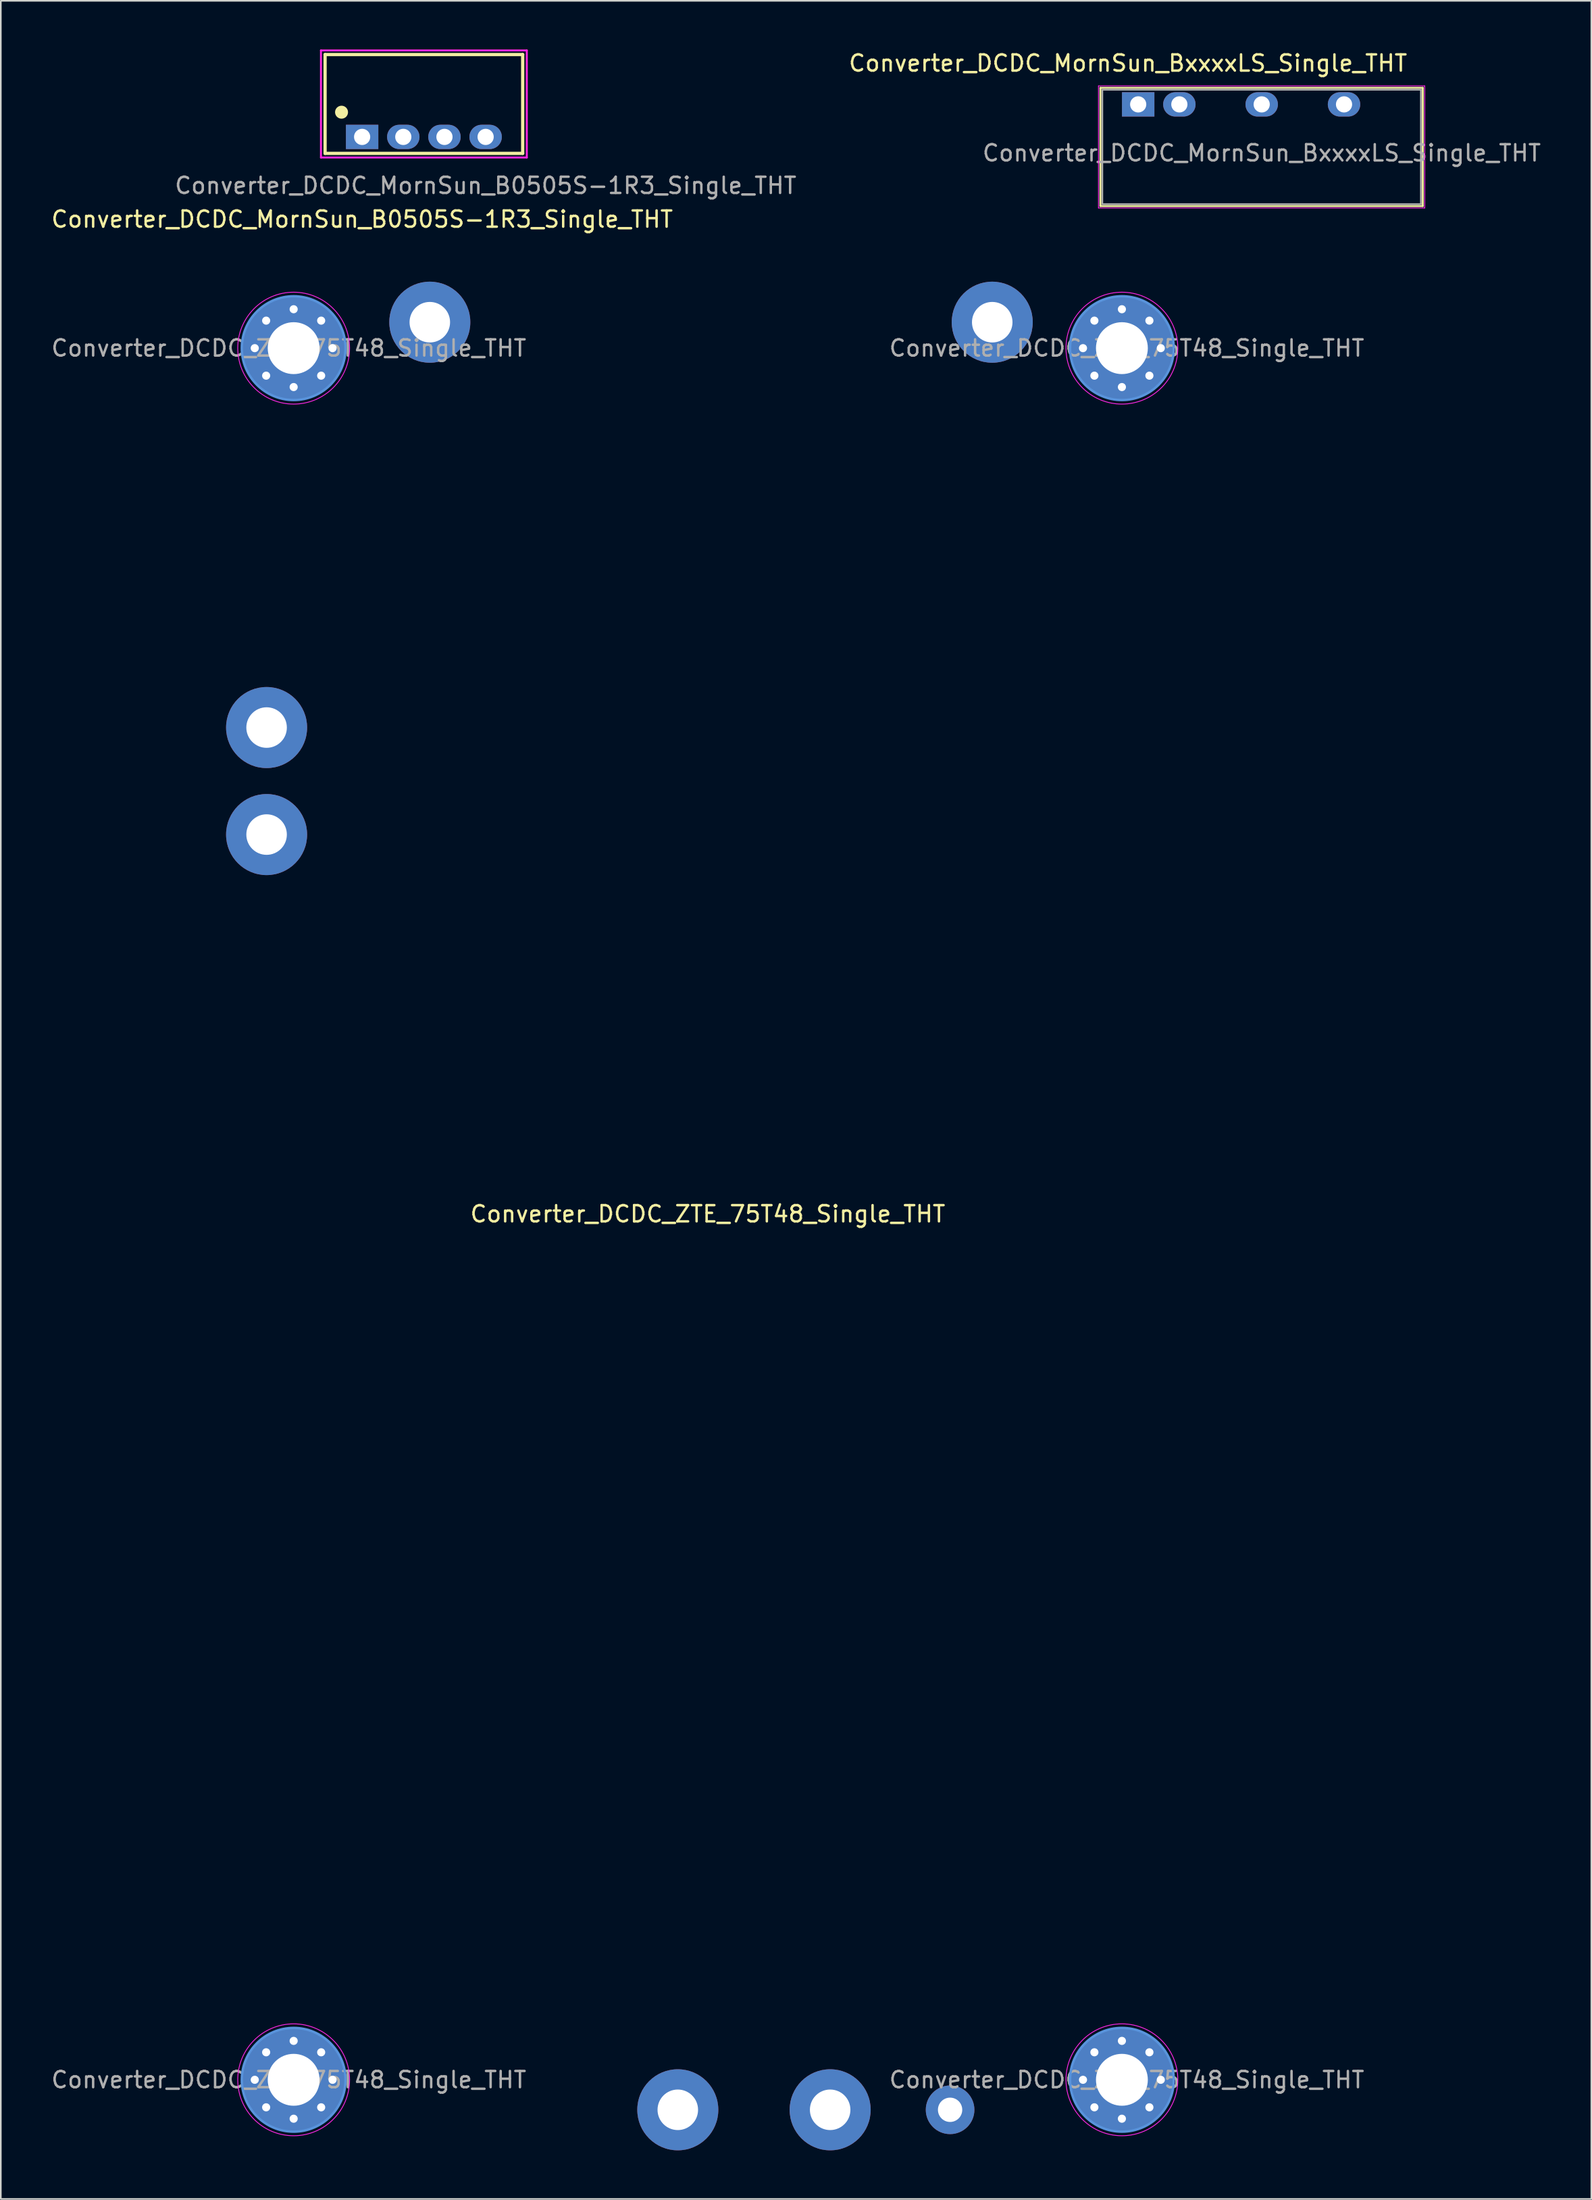
<source format=kicad_pcb>
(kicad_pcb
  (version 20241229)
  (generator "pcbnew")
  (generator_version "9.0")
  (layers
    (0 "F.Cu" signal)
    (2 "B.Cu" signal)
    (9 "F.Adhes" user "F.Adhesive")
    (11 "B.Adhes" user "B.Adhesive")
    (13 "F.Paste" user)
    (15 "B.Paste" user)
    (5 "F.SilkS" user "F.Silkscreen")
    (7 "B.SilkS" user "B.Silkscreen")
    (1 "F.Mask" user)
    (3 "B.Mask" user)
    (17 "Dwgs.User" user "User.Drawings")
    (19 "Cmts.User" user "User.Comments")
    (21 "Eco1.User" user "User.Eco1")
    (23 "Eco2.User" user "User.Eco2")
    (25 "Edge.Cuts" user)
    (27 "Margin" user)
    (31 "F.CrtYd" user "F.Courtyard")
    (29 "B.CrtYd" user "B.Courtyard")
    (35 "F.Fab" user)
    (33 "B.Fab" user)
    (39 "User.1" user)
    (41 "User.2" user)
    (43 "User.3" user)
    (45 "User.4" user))
  (footprint "Converter_DCDC_ZTE_75T48_Single_THT"
    (layer "F.Cu")
    (at 40.618 71.822)
    (property "Reference" "Converter_DCDC_ZTE_75T48_Single_THT" (at 0 0 180) (layer "F.SilkS") (effects (font (size 1 1) (thickness 0.15))))
    (attr through_hole)
    (fp_circle (center -25.55 -53.4) (end -28.75 -53.4) (stroke (width 0.15) (type solid)) (fill no) (layer "Cmts.User"))
    (fp_circle (center -25.55 53.4) (end -28.75 53.4) (stroke (width 0.15) (type solid)) (fill no) (layer "Cmts.User"))
    (fp_circle (center 25.55 -53.4) (end 28.75 -53.4) (stroke (width 0.15) (type solid)) (fill no) (layer "Cmts.User"))
    (fp_circle (center 25.55 53.4) (end 28.75 53.4) (stroke (width 0.15) (type solid)) (fill no) (layer "Cmts.User"))
    (fp_circle (center -25.55 -53.4) (end -29 -53.4) (stroke (width 0.05) (type solid)) (fill no) (layer "F.CrtYd"))
    (fp_circle (center -25.55 53.4) (end -29 53.4) (stroke (width 0.05) (type solid)) (fill no) (layer "F.CrtYd"))
    (fp_circle (center 25.55 -53.4) (end 29 -53.4) (stroke (width 0.05) (type solid)) (fill no) (layer "F.CrtYd"))
    (fp_circle (center 25.55 53.4) (end 29 53.4) (stroke (width 0.05) (type solid)) (fill no) (layer "F.CrtYd"))
    (fp_text user "${REFERENCE}" (at 25.85 -53.4 0) (layer "F.Fab") (effects (font (size 1 1) (thickness 0.15))))
    (fp_text user "${REFERENCE}" (at -25.85 53.4 180) (layer "F.Fab") (effects (font (size 1 1) (thickness 0.15))))
    (fp_text user "${REFERENCE}" (at 25.85 53.4 0) (layer "F.Fab") (effects (font (size 1 1) (thickness 0.15))))
    (fp_text user "${REFERENCE}" (at -25.85 -53.4 180) (layer "F.Fab") (effects (font (size 1 1) (thickness 0.15))))
    (pad "1" thru_hole circle (at -17.15 -55 90) (size 5 5) (drill 2.5) (layers "*.Cu" "*.Mask"))
    (pad "2" thru_hole oval (at 17.55 -55 90) (size 5 5) (drill 2.5) (layers "*.Cu" "*.Mask"))
    (pad "3" thru_hole oval (at -1.85 55.25 90) (size 5 5) (drill 2.5) (layers "*.Cu" "*.Mask"))
    (pad "4" thru_hole oval (at 7.55 55.25 90) (size 5 5) (drill 2.5) (layers "*.Cu" "*.Mask"))
    (pad "5" thru_hole oval (at 14.95 55.25 90) (size 3 3) (drill 1.5) (layers "*.Cu" "*.Mask"))
    (pad "6" thru_hole oval (at -27.22 -30 90) (size 5 5) (drill 2.5) (layers "*.Cu" "*.Mask"))
    (pad "7" thru_hole oval (at -27.22 -23.4 90) (size 5 5) (drill 2.5) (layers "*.Cu" "*.Mask"))
    (pad "MH" thru_hole circle (at -27.95 -53.4 180) (size 0.8 0.8) (drill 0.5) (layers "*.Cu" "*.Mask"))
    (pad "MH" thru_hole circle (at -27.95 53.4 180) (size 0.8 0.8) (drill 0.5) (layers "*.Cu" "*.Mask"))
    (pad "MH" thru_hole circle (at -27.247 -55.097 180) (size 0.8 0.8) (drill 0.5) (layers "*.Cu" "*.Mask"))
    (pad "MH" thru_hole circle (at -27.247 -51.703 180) (size 0.8 0.8) (drill 0.5) (layers "*.Cu" "*.Mask"))
    (pad "MH" thru_hole circle (at -27.247 51.703 180) (size 0.8 0.8) (drill 0.5) (layers "*.Cu" "*.Mask"))
    (pad "MH" thru_hole circle (at -27.247 55.097 180) (size 0.8 0.8) (drill 0.5) (layers "*.Cu" "*.Mask"))
    (pad "MH" thru_hole circle (at -25.55 -55.8 180) (size 0.8 0.8) (drill 0.5) (layers "*.Cu" "*.Mask"))
    (pad "MH" thru_hole circle (at -25.55 -53.4 180) (size 6.4 6.4) (drill 3.2) (layers "*.Cu" "*.Mask"))
    (pad "MH" thru_hole circle (at -25.55 -51 180) (size 0.8 0.8) (drill 0.5) (layers "*.Cu" "*.Mask"))
    (pad "MH" thru_hole circle (at -25.55 51 180) (size 0.8 0.8) (drill 0.5) (layers "*.Cu" "*.Mask"))
    (pad "MH" thru_hole circle (at -25.55 53.4 180) (size 6.4 6.4) (drill 3.2) (layers "*.Cu" "*.Mask"))
    (pad "MH" thru_hole circle (at -25.55 55.8 180) (size 0.8 0.8) (drill 0.5) (layers "*.Cu" "*.Mask"))
    (pad "MH" thru_hole circle (at -23.853 -55.097 180) (size 0.8 0.8) (drill 0.5) (layers "*.Cu" "*.Mask"))
    (pad "MH" thru_hole circle (at -23.853 -51.703 180) (size 0.8 0.8) (drill 0.5) (layers "*.Cu" "*.Mask"))
    (pad "MH" thru_hole circle (at -23.853 51.703 180) (size 0.8 0.8) (drill 0.5) (layers "*.Cu" "*.Mask"))
    (pad "MH" thru_hole circle (at -23.853 55.097 180) (size 0.8 0.8) (drill 0.5) (layers "*.Cu" "*.Mask"))
    (pad "MH" thru_hole circle (at -23.15 -53.4 180) (size 0.8 0.8) (drill 0.5) (layers "*.Cu" "*.Mask"))
    (pad "MH" thru_hole circle (at -23.15 53.4 180) (size 0.8 0.8) (drill 0.5) (layers "*.Cu" "*.Mask"))
    (pad "MH" thru_hole circle (at 23.15 -53.4) (size 0.8 0.8) (drill 0.5) (layers "*.Cu" "*.Mask"))
    (pad "MH" thru_hole circle (at 23.15 53.4) (size 0.8 0.8) (drill 0.5) (layers "*.Cu" "*.Mask"))
    (pad "MH" thru_hole circle (at 23.853 -55.097) (size 0.8 0.8) (drill 0.5) (layers "*.Cu" "*.Mask"))
    (pad "MH" thru_hole circle (at 23.853 -51.703) (size 0.8 0.8) (drill 0.5) (layers "*.Cu" "*.Mask"))
    (pad "MH" thru_hole circle (at 23.853 51.703) (size 0.8 0.8) (drill 0.5) (layers "*.Cu" "*.Mask"))
    (pad "MH" thru_hole circle (at 23.853 55.097) (size 0.8 0.8) (drill 0.5) (layers "*.Cu" "*.Mask"))
    (pad "MH" thru_hole circle (at 25.55 -55.8) (size 0.8 0.8) (drill 0.5) (layers "*.Cu" "*.Mask"))
    (pad "MH" thru_hole circle (at 25.55 -53.4) (size 6.4 6.4) (drill 3.2) (layers "*.Cu" "*.Mask"))
    (pad "MH" thru_hole circle (at 25.55 -51) (size 0.8 0.8) (drill 0.5) (layers "*.Cu" "*.Mask"))
    (pad "MH" thru_hole circle (at 25.55 51) (size 0.8 0.8) (drill 0.5) (layers "*.Cu" "*.Mask"))
    (pad "MH" thru_hole circle (at 25.55 53.4) (size 6.4 6.4) (drill 3.2) (layers "*.Cu" "*.Mask"))
    (pad "MH" thru_hole circle (at 25.55 55.8) (size 0.8 0.8) (drill 0.5) (layers "*.Cu" "*.Mask"))
    (pad "MH" thru_hole circle (at 27.247 -55.097) (size 0.8 0.8) (drill 0.5) (layers "*.Cu" "*.Mask"))
    (pad "MH" thru_hole circle (at 27.247 -51.703) (size 0.8 0.8) (drill 0.5) (layers "*.Cu" "*.Mask"))
    (pad "MH" thru_hole circle (at 27.247 51.703) (size 0.8 0.8) (drill 0.5) (layers "*.Cu" "*.Mask"))
    (pad "MH" thru_hole circle (at 27.247 55.097) (size 0.8 0.8) (drill 0.5) (layers "*.Cu" "*.Mask"))
    (pad "MH" thru_hole circle (at 27.95 -53.4) (size 0.8 0.8) (drill 0.5) (layers "*.Cu" "*.Mask"))
    (pad "MH" thru_hole circle (at 27.95 53.4) (size 0.8 0.8) (drill 0.5) (layers "*.Cu" "*.Mask")))
  (footprint "Converter_DCDC_MornSun_B0505S-1R3_Single_THT"
    (layer "F.Cu")
    (at 19.292 5.394)
    (property "Reference" "Converter_DCDC_MornSun_B0505S-1R3_Single_THT" (at 0 5.08 0) (layer "F.SilkS") (effects (font (size 1 1) (thickness 0.15))))
    (attr through_hole)
    (fp_line (start -2.286 -5.08) (end -2.286 1.016) (stroke (width 0.2) (type solid)) (layer "F.SilkS"))
    (fp_line (start -2.286 1.016) (end 9.906 1.016) (stroke (width 0.2) (type solid)) (layer "F.SilkS"))
    (fp_line (start 9.906 -5.08) (end -2.286 -5.08) (stroke (width 0.2) (type solid)) (layer "F.SilkS"))
    (fp_line (start 9.906 1.016) (end 9.906 -5.08) (stroke (width 0.2) (type solid)) (layer "F.SilkS"))
    (fp_circle (center -1.27 -1.524) (end -1.07 -1.524) (stroke (width 0.4) (type solid)) (fill no) (layer "F.SilkS"))
    (fp_line (start -2.54 -5.334) (end -2.54 1.27) (stroke (width 0.12) (type solid)) (layer "F.CrtYd"))
    (fp_line (start -2.54 1.27) (end 10.16 1.27) (stroke (width 0.12) (type solid)) (layer "F.CrtYd"))
    (fp_line (start 10.16 -5.334) (end -2.54 -5.334) (stroke (width 0.12) (type solid)) (layer "F.CrtYd"))
    (fp_line (start 10.16 1.27) (end 10.16 -5.334) (stroke (width 0.12) (type solid)) (layer "F.CrtYd"))
    (fp_text user "${REFERENCE}" (at 7.62 3 0) (layer "F.Fab") (effects (font (size 1 1) (thickness 0.15))))
    (pad "1" thru_hole rect (at 0 0) (size 2 1.5) (drill 1) (layers "*.Cu" "*.Mask"))
    (pad "2" thru_hole oval (at 2.54 0) (size 2 1.5) (drill 1) (layers "*.Cu" "*.Mask"))
    (pad "3" thru_hole oval (at 5.08 0) (size 2 1.5) (drill 1) (layers "*.Cu" "*.Mask"))
    (pad "4" thru_hole oval (at 7.62 0) (size 2 1.5) (drill 1) (layers "*.Cu" "*.Mask")))
  (footprint "Converter_DCDC_MornSun_BxxxxLS_Single_THT"
    (layer "F.Cu")
    (at 67.173 3.388)
    (property "Reference" "Converter_DCDC_MornSun_BxxxxLS_Single_THT" (at -0.63 -2.54 0) (layer "F.SilkS") (effects (font (size 1 1) (thickness 0.15))))
    (attr through_hole)
    (fp_line (start -2.33 -1.02) (end -2.33 6.27) (stroke (width 0.12) (type solid)) (layer "F.SilkS"))
    (fp_line (start 17.56 -1.02) (end -2.33 -1.02) (stroke (width 0.12) (type solid)) (layer "F.SilkS"))
    (fp_line (start 17.56 -1.02) (end 17.56 6.27) (stroke (width 0.12) (type solid)) (layer "F.SilkS"))
    (fp_line (start 17.56 6.27) (end -2.33 6.27) (stroke (width 0.12) (type solid)) (layer "F.SilkS"))
    (fp_line (start -2.45 6.39) (end -2.45 -1.14) (stroke (width 0.05) (type solid)) (layer "F.CrtYd"))
    (fp_line (start -2.45 6.39) (end 17.68 6.39) (stroke (width 0.05) (type solid)) (layer "F.CrtYd"))
    (fp_line (start 17.68 -1.14) (end -2.45 -1.14) (stroke (width 0.05) (type solid)) (layer "F.CrtYd"))
    (fp_line (start 17.68 -1.14) (end 17.68 6.39) (stroke (width 0.05) (type solid)) (layer "F.CrtYd"))
    (fp_line (start -2.21 -0.9) (end -2.21 6.15) (stroke (width 0.1) (type solid)) (layer "F.Fab"))
    (fp_line (start 17.44 -0.9) (end -2.21 -0.9) (stroke (width 0.1) (type solid)) (layer "F.Fab"))
    (fp_line (start 17.44 -0.9) (end 17.44 6.15) (stroke (width 0.1) (type solid)) (layer "F.Fab"))
    (fp_line (start 17.44 6.15) (end -2.21 6.15) (stroke (width 0.1) (type solid)) (layer "F.Fab"))
    (fp_text user "${REFERENCE}" (at 7.62 3 0) (layer "F.Fab") (effects (font (size 1 1) (thickness 0.15))))
    (pad "1" thru_hole rect (at 0 0) (size 2 1.5) (drill 1) (layers "*.Cu" "*.Mask"))
    (pad "2" thru_hole oval (at 2.54 0) (size 2 1.5) (drill 1) (layers "*.Cu" "*.Mask"))
    (pad "4" thru_hole oval (at 7.62 0) (size 2 1.5) (drill 1) (layers "*.Cu" "*.Mask"))
    (pad "6" thru_hole oval (at 12.7 0) (size 2 1.5) (drill 1) (layers "*.Cu" "*.Mask")))
  (gr_rect
    (start -3 -3)
    (end 95.132 132.572)
    (stroke (width 0.1) (type default))
    (fill no)
    (layer "Edge.Cuts")))
</source>
